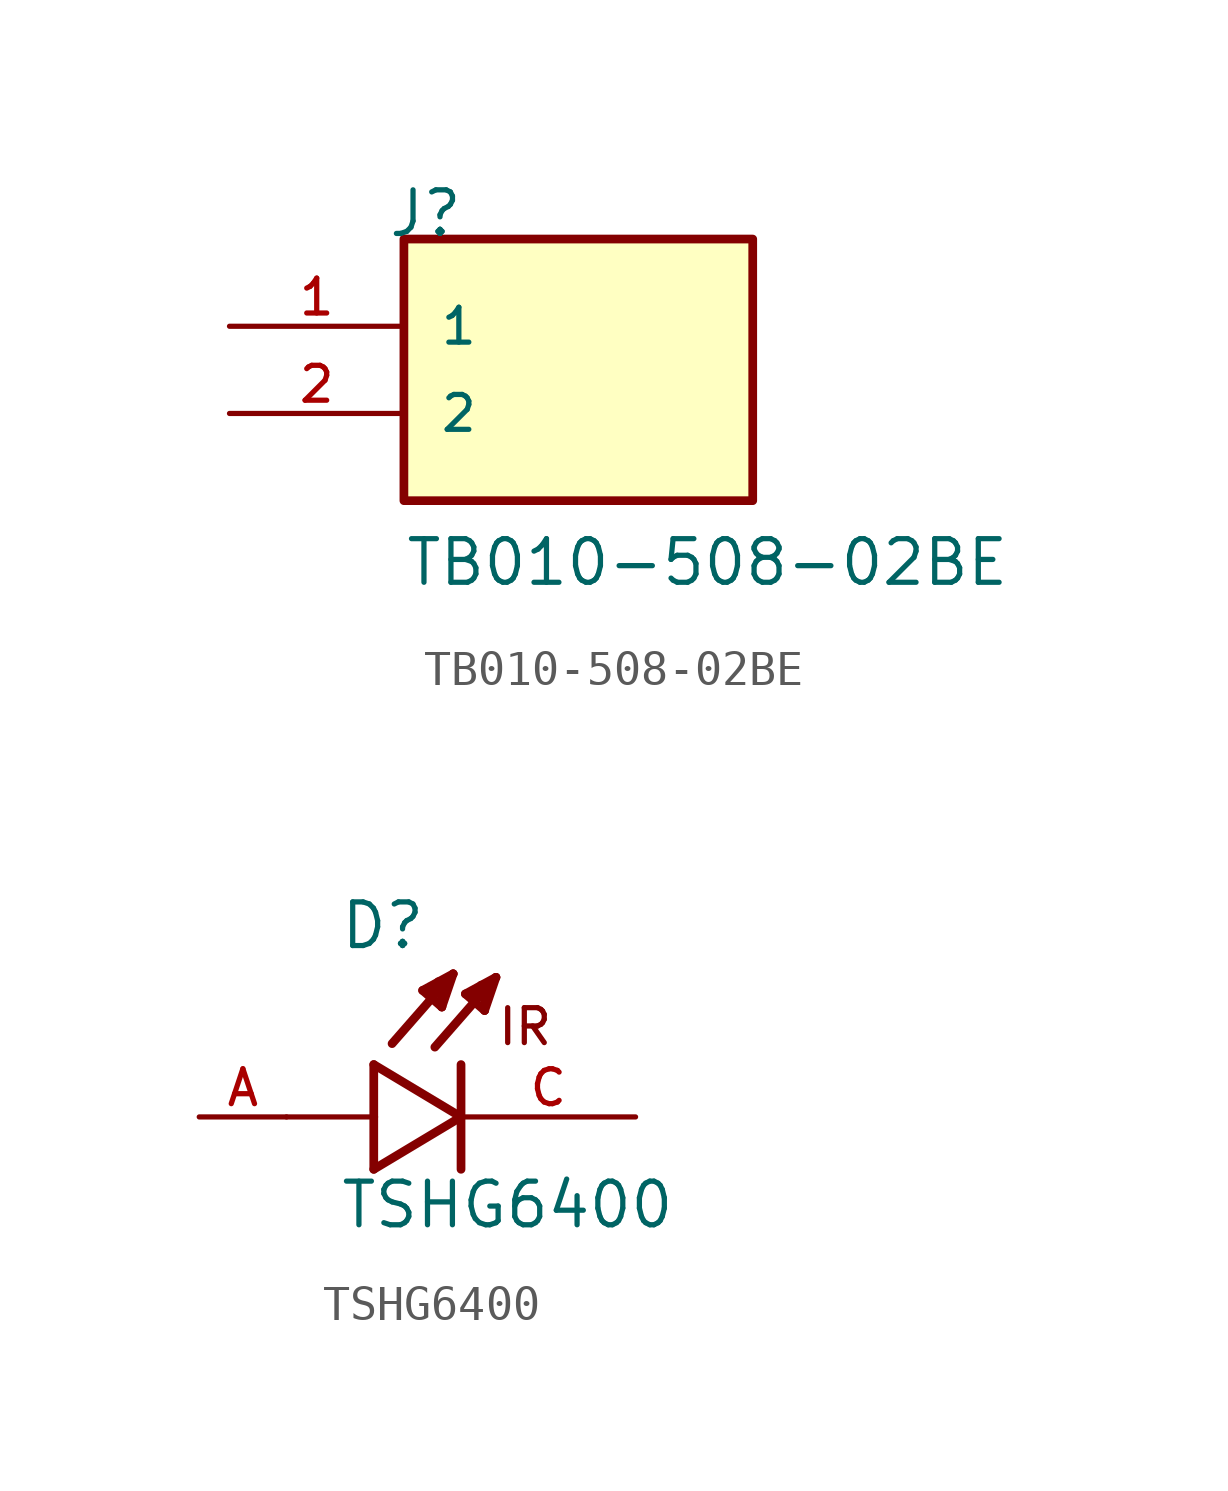
<source format=kicad_sym>
(kicad_symbol_lib
  (version 20220914)
  (generator kicad_symbol_editor)
  (symbol "TB010-508-02BE"
    (pin_names
      (offset 1.016))
    (property "Reference" "J"
      (at -5.58 5.08 0)
      (effects (font (size 1.27 1.27)) (justify left bottom)))
    (property "Value" "TB010-508-02BE"
      (at -5.08 -5.08 0)
      (effects (font (size 1.27 1.27)) (justify left bottom)))
    (symbol "TB010-508-02BE_0_0"
      (rectangle (start -5.08 -2.54) (end 5.08 5.08) (stroke (width 0.254) (type default)) (fill (type background)))
      (pin passive line (at -10.16 2.54 0) (length 5.08) (name "1" (effects (font (size 1.016 1.016)))) (number "1" (effects (font (size 1.016 1.016)))))
      (pin passive line (at -10.16 0 0) (length 5.08) (name "2" (effects (font (size 1.016 1.016)))) (number "2" (effects (font (size 1.016 1.016)))))))
  (symbol "TSHG6400"
    (pin_names
      (offset 1.016))
    (property "Reference" "D"
      (at -3.556 4.826 0)
      (effects (font (size 1.27 1.27)) (justify left bottom)))
    (property "Value" "TSHG6400"
      (at -3.556 -3.302 0)
      (effects (font (size 1.27 1.27)) (justify left bottom)))
    (symbol "TSHG6400_0_0"
      (polyline (pts (xy -2.54 -1.524) (xy 0 0)) (stroke (width 0.254) (type default)) (fill (type none)))
      (polyline (pts (xy -2.54 0) (xy -5.08 0)) (stroke (width 0.152) (type default)) (fill (type none)))
      (polyline (pts (xy -2.54 0) (xy -2.54 -1.524)) (stroke (width 0.254) (type default)) (fill (type none)))
      (polyline (pts (xy -2.54 1.524) (xy -2.54 0)) (stroke (width 0.254) (type default)) (fill (type none)))
      (polyline (pts (xy -1.118 3.683) (xy -0.229 4.166)) (stroke (width 0.254) (type default)) (fill (type none)))
      (polyline (pts (xy -0.94 3.607) (xy -0.711 3.759)) (stroke (width 0.254) (type default)) (fill (type none)))
      (polyline (pts (xy -0.559 3.2) (xy -1.118 3.683)) (stroke (width 0.254) (type default)) (fill (type none)))
      (polyline (pts (xy -0.559 3.2) (xy -0.533 3.937)) (stroke (width 0.254) (type default)) (fill (type none)))
      (polyline (pts (xy -0.533 3.937) (xy -0.66 3.937)) (stroke (width 0.254) (type default)) (fill (type none)))
      (polyline (pts (xy -0.229 4.166) (xy -2.007 2.134)) (stroke (width 0.254) (type default)) (fill (type none)))
      (polyline (pts (xy -0.229 4.166) (xy -0.559 3.2)) (stroke (width 0.254) (type default)) (fill (type none)))
      (polyline (pts (xy 0 0) (xy -2.54 1.524)) (stroke (width 0.254) (type default)) (fill (type none)))
      (polyline (pts (xy 0 1.524) (xy 0 -1.524)) (stroke (width 0.254) (type default)) (fill (type none)))
      (polyline (pts (xy 0.127 3.581) (xy 1.016 4.064)) (stroke (width 0.254) (type default)) (fill (type none)))
      (polyline (pts (xy 0.305 3.505) (xy 0.533 3.658)) (stroke (width 0.254) (type default)) (fill (type none)))
      (polyline (pts (xy 0.686 3.099) (xy 0.127 3.581)) (stroke (width 0.254) (type default)) (fill (type none)))
      (polyline (pts (xy 0.686 3.099) (xy 0.711 3.835)) (stroke (width 0.254) (type default)) (fill (type none)))
      (polyline (pts (xy 0.711 3.835) (xy 0.584 3.835)) (stroke (width 0.254) (type default)) (fill (type none)))
      (polyline (pts (xy 1.016 4.064) (xy -0.762 2.032)) (stroke (width 0.254) (type default)) (fill (type none)))
      (polyline (pts (xy 1.016 4.064) (xy 0.686 3.099)) (stroke (width 0.254) (type default)) (fill (type none)))
      (text "IR" (at 1.016 2.032 0) (effects (font (size 1.016 1.016)) (justify left bottom)))
      (pin passive line (at -7.62 0 0) (length 2.54) (name "~" (effects (font (size 1.016 1.016)))) (number "A" (effects (font (size 1.016 1.016)))))
      (pin passive line (at 5.08 0 180) (length 5.08) (name "~" (effects (font (size 1.016 1.016)))) (number "C" (effects (font (size 1.016 1.016))))))))
</source>
